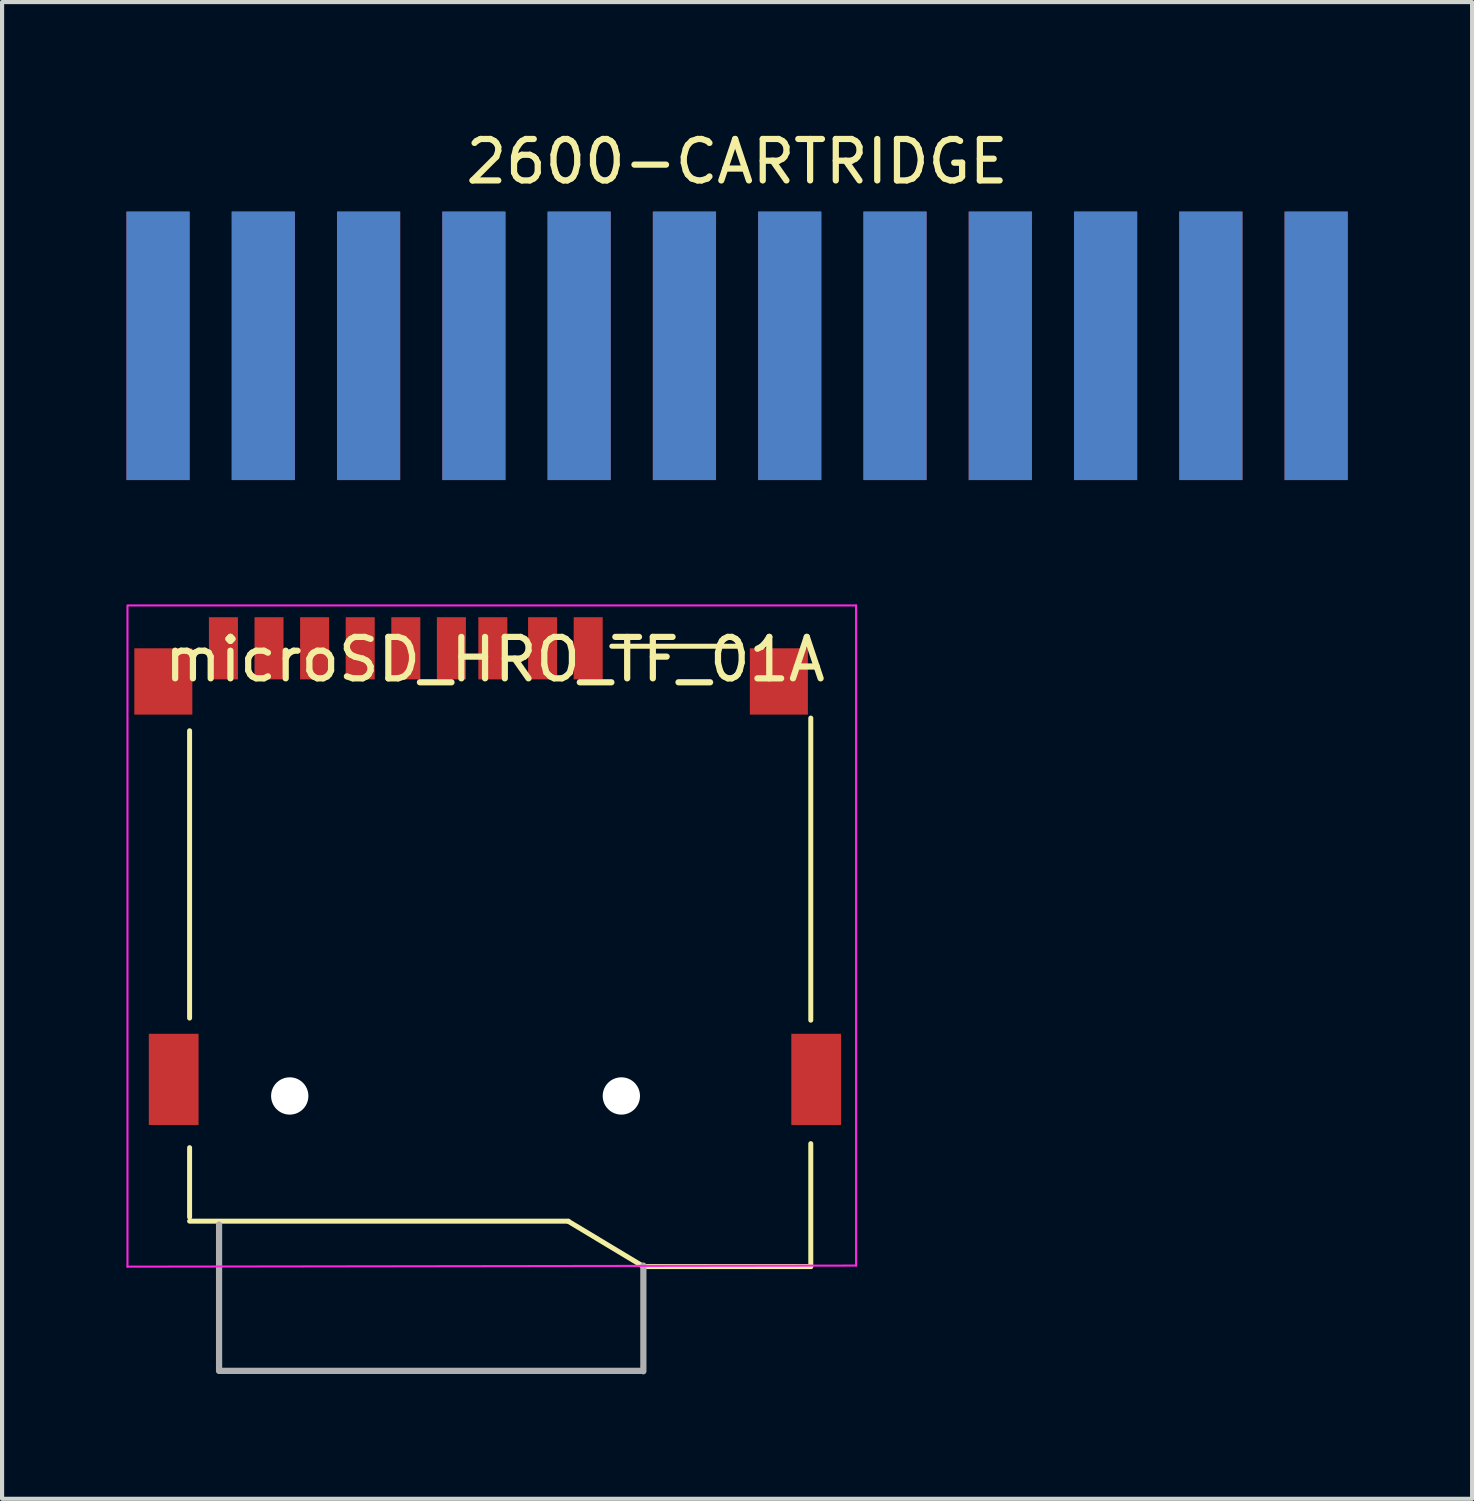
<source format=kicad_pcb>
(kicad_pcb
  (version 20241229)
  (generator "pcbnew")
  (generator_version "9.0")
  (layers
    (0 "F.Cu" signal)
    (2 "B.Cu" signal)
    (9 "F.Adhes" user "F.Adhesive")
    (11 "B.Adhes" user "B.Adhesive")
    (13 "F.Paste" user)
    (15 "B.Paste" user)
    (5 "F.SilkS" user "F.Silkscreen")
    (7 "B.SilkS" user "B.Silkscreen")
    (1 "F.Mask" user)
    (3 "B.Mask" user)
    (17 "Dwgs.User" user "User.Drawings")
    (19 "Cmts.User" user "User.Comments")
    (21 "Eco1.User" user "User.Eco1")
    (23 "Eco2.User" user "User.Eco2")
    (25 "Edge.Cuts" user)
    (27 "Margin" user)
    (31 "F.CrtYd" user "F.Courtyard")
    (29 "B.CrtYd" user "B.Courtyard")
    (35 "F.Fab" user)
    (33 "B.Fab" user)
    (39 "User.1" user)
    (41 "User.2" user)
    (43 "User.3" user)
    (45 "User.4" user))
  (footprint "microSD_HRO_TF_01A"
    (layer "F.Cu")
    (at 8.89 20.04)
    (property "Reference" "microSD_HRO_TF_01A" (at 0 -7.18 0) (layer "F.SilkS") (effects (font (size 1 1) (thickness 0.15))))
    (attr smd)
    (fp_line (start -7.366 -5.461) (end -7.366 1.471) (stroke (width 0.12) (type solid)) (layer "F.SilkS"))
    (fp_line (start -7.366 6.274) (end -7.366 4.597) (stroke (width 0.12) (type solid)) (layer "F.SilkS"))
    (fp_line (start -7.366 6.37) (end 1.772 6.37) (stroke (width 0.12) (type solid)) (layer "F.SilkS"))
    (fp_line (start 2.819 -7.5) (end 5.918 -7.5) (stroke (width 0.12) (type solid)) (layer "F.SilkS"))
    (fp_line (start 3.588 7.466) (end 7.62 7.466) (stroke (width 0.12) (type solid)) (layer "F.SilkS"))
    (fp_line (start 3.588 7.467) (end 1.772 6.375) (stroke (width 0.12) (type solid)) (layer "F.SilkS"))
    (fp_line (start 7.62 1.522) (end 7.62 -5.766) (stroke (width 0.12) (type solid)) (layer "F.SilkS"))
    (fp_line (start 7.62 7.466) (end 7.62 4.5) (stroke (width 0.12) (type solid)) (layer "F.SilkS"))
    (fp_line (start -8.865 -8.484) (end -8.865 7.468) (stroke (width 0.05) (type solid)) (layer "F.CrtYd"))
    (fp_line (start -8.865 7.468) (end 8.712 7.442) (stroke (width 0.05) (type solid)) (layer "F.CrtYd"))
    (fp_line (start 8.712 -8.484) (end -8.839 -8.484) (stroke (width 0.05) (type solid)) (layer "F.CrtYd"))
    (fp_line (start 8.712 7.442) (end 8.712 -8.484) (stroke (width 0.05) (type solid)) (layer "F.CrtYd"))
    (fp_line (start -6.655 9.983) (end -6.655 6.452) (stroke (width 0.15) (type solid)) (layer "F.Fab"))
    (fp_line (start 3.556 9.982) (end -6.644 9.982) (stroke (width 0.15) (type solid)) (layer "F.Fab"))
    (fp_line (start 3.581 9.992) (end 3.581 7.442) (stroke (width 0.15) (type solid)) (layer "F.Fab"))
    (pad "" np_thru_hole circle (at -4.95 3.35) (size 0.9 0.9) (drill 0.9) (layers "*.Cu" "*.Mask"))
    (pad "" np_thru_hole circle (at 3.05 3.35) (size 0.9 0.9) (drill 0.9) (layers "*.Cu" "*.Mask"))
    (pad "1" smd rect (at 2.25 -7.45) (size 0.7 1.5) (layers "F.Cu" "F.Mask" "F.Paste"))
    (pad "2" smd rect (at 1.15 -7.45) (size 0.7 1.5) (layers "F.Cu" "F.Mask" "F.Paste"))
    (pad "3" smd rect (at -0.05 -7.45) (size 0.7 1.5) (layers "F.Cu" "F.Mask" "F.Paste"))
    (pad "4" smd rect (at -1.05 -7.45) (size 0.7 1.5) (layers "F.Cu" "F.Mask" "F.Paste"))
    (pad "5" smd rect (at -2.15 -7.45) (size 0.7 1.5) (layers "F.Cu" "F.Mask" "F.Paste"))
    (pad "6" smd rect (at -3.25 -7.45) (size 0.7 1.5) (layers "F.Cu" "F.Mask" "F.Paste"))
    (pad "7" smd rect (at -4.35 -7.45) (size 0.7 1.5) (layers "F.Cu" "F.Mask" "F.Paste"))
    (pad "8" smd rect (at -5.45 -7.45) (size 0.7 1.5) (layers "F.Cu" "F.Mask" "F.Paste"))
    (pad "9" smd rect (at -8 -6.65) (size 1.4 1.6) (layers "F.Cu" "F.Mask" "F.Paste"))
    (pad "9" smd rect (at -7.75 2.95) (size 1.2 2.2) (layers "F.Cu" "F.Mask" "F.Paste"))
    (pad "9" smd rect (at 6.85 -6.65) (size 1.4 1.6) (layers "F.Cu" "F.Mask" "F.Paste"))
    (pad "9" smd rect (at 7.75 2.95) (size 1.2 2.2) (layers "F.Cu" "F.Mask" "F.Paste"))
    (pad "10" smd rect (at -6.55 -7.45) (size 0.7 1.5) (layers "F.Cu" "F.Mask" "F.Paste")))
  (footprint "2600-CARTRIDGE"
    (layer "F.Cu")
    (at 14.732 5.293)
    (property "Reference" "2600-CARTRIDGE" (at 0 -4.445 0) (layer "F.SilkS") (effects (font (size 1 1) (thickness 0.15))))
    (attr through_hole)
    (pad "1" smd rect (at -13.97 0) (size 1.524 6.477) (layers "F.Cu" "F.Mask" "F.Paste"))
    (pad "2" smd rect (at -11.43 0) (size 1.524 6.477) (layers "F.Cu" "F.Mask" "F.Paste"))
    (pad "3" smd rect (at -8.89 0) (size 1.524 6.477) (layers "F.Cu" "F.Mask" "F.Paste"))
    (pad "4" smd rect (at -6.35 0) (size 1.524 6.477) (layers "F.Cu" "F.Mask" "F.Paste"))
    (pad "5" smd rect (at -3.81 0) (size 1.524 6.477) (layers "F.Cu" "F.Mask" "F.Paste"))
    (pad "6" smd rect (at -1.27 0) (size 1.524 6.477) (layers "F.Cu" "F.Mask" "F.Paste"))
    (pad "7" smd rect (at 1.27 0) (size 1.524 6.477) (layers "F.Cu" "F.Mask" "F.Paste"))
    (pad "8" smd rect (at 3.81 0) (size 1.524 6.477) (layers "F.Cu" "F.Mask" "F.Paste"))
    (pad "9" smd rect (at 6.35 0) (size 1.524 6.477) (layers "F.Cu" "F.Mask" "F.Paste"))
    (pad "10" smd rect (at 8.89 0) (size 1.524 6.477) (layers "F.Cu" "F.Mask" "F.Paste"))
    (pad "11" smd rect (at 11.43 0) (size 1.524 6.477) (layers "F.Cu" "F.Mask" "F.Paste"))
    (pad "12" smd rect (at 13.97 0) (size 1.524 6.477) (layers "F.Cu" "F.Mask" "F.Paste"))
    (pad "13" smd rect (at 13.97 0) (size 1.524 6.477) (layers "B.Cu" "B.Mask" "B.Paste"))
    (pad "14" smd rect (at 11.43 0) (size 1.524 6.477) (layers "B.Cu" "B.Mask" "B.Paste"))
    (pad "15" smd rect (at 8.89 0) (size 1.524 6.477) (layers "B.Cu" "B.Mask" "B.Paste"))
    (pad "16" smd rect (at 6.35 0) (size 1.524 6.477) (layers "B.Cu" "B.Mask" "B.Paste"))
    (pad "17" smd rect (at 3.81 0) (size 1.524 6.477) (layers "B.Cu" "B.Mask" "B.Paste"))
    (pad "18" smd rect (at 1.27 0) (size 1.524 6.477) (layers "B.Cu" "B.Mask" "B.Paste"))
    (pad "19" smd rect (at -1.27 0) (size 1.524 6.477) (layers "B.Cu" "B.Mask" "B.Paste"))
    (pad "20" smd rect (at -3.81 0) (size 1.524 6.477) (layers "B.Cu" "B.Mask" "B.Paste"))
    (pad "21" smd rect (at -6.35 0) (size 1.524 6.477) (layers "B.Cu" "B.Mask" "B.Paste"))
    (pad "22" smd rect (at -8.89 0) (size 1.524 6.477) (layers "B.Cu" "B.Mask" "B.Paste"))
    (pad "23" smd rect (at -11.43 0) (size 1.524 6.477) (layers "B.Cu" "B.Mask" "B.Paste"))
    (pad "24" smd rect (at -13.97 0) (size 1.524 6.477) (layers "B.Cu" "B.Mask" "B.Paste")))
  (gr_rect
    (start -3 -3)
    (end 32.464 33.108)
    (stroke (width 0.1) (type default))
    (fill no)
    (layer "Edge.Cuts")))
</source>
